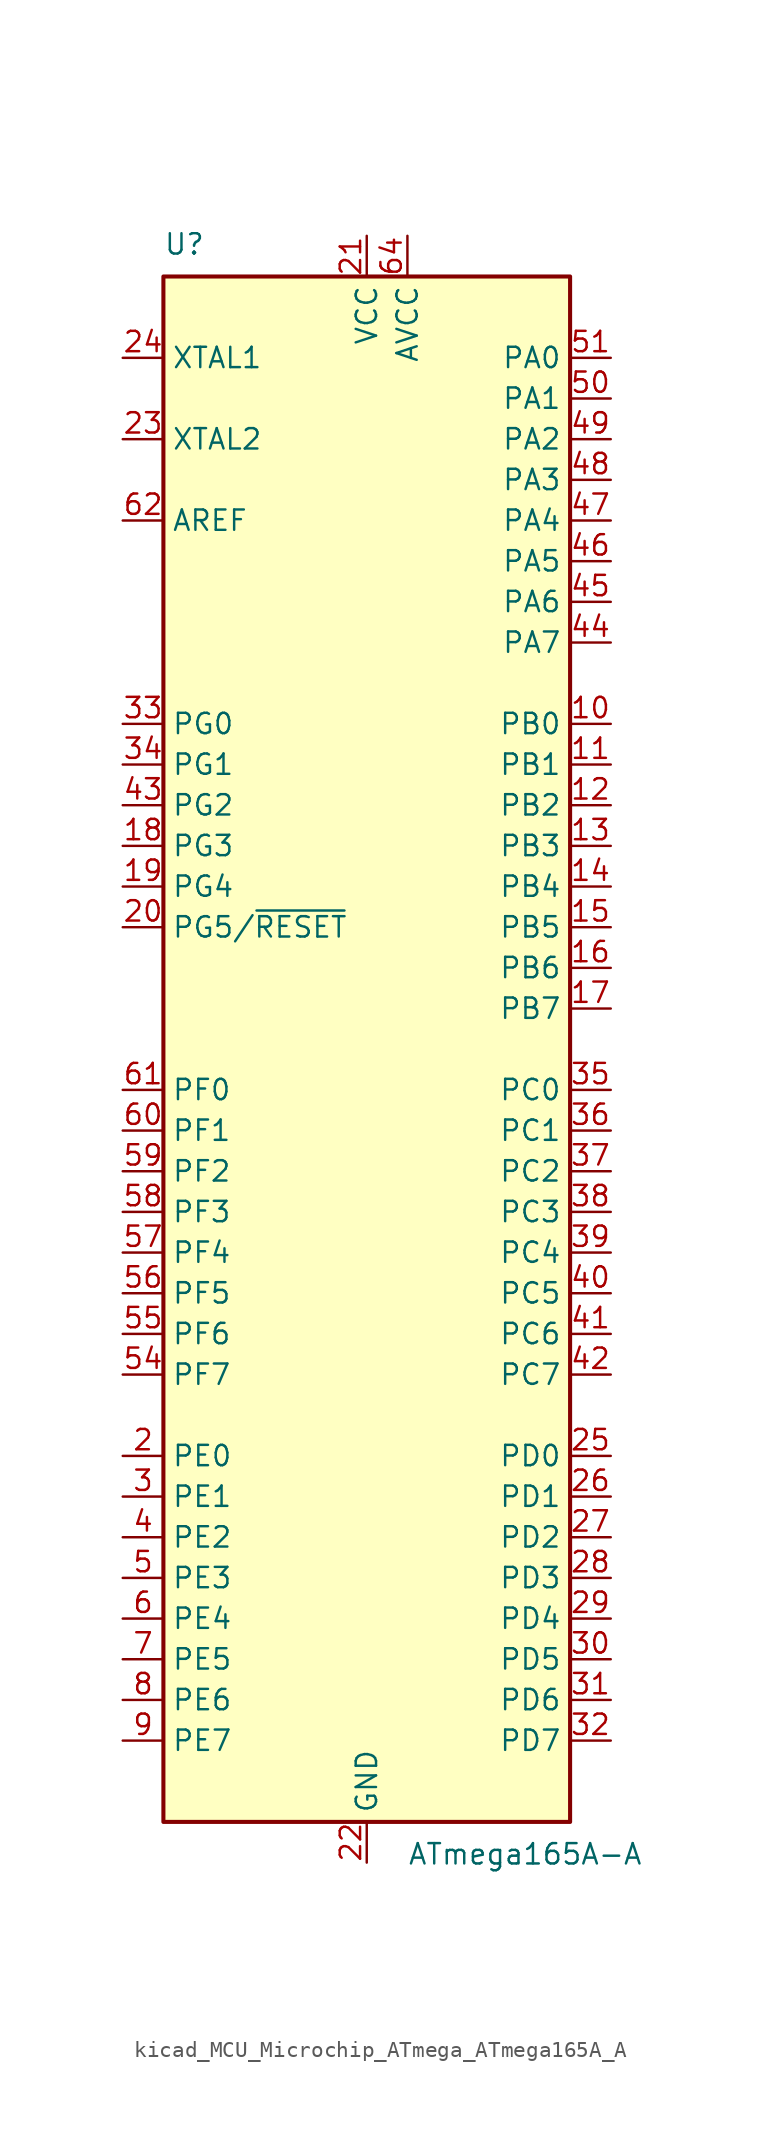
<source format=kicad_sym>
(kicad_symbol_lib
  (version 20220914)
  (generator kicad_symbol_editor)
  (symbol "kicad_MCU_Microchip_ATmega_ATmega165A_A"
    (property "Reference" "U"
      (at -12.7 49.53 0)
      (effects (font (size 1.27 1.27)) (justify left bottom)))
    (property "Value" "ATmega165A-A"
      (at 2.54 -49.53 0)
      (effects (font (size 1.27 1.27)) (justify left top)))
    (symbol "kicad_MCU_Microchip_ATmega_ATmega165A_A_0_1"
      (rectangle (start -12.7 -48.26) (end 12.7 48.26) (stroke (width 0.254) (type default)) (fill (type background))))
    (symbol "kicad_MCU_Microchip_ATmega_ATmega165A_A_1_1"
      (pin no_connect line (at -12.7 -45.72 0) (length 2.54) hide (name "NC" (effects (font (size 1.27 1.27)))) (number "1" (effects (font (size 1.27 1.27)))))
      (pin bidirectional line (at 15.24 20.32 180) (length 2.54) (name "PB0" (effects (font (size 1.27 1.27)))) (number "10" (effects (font (size 1.27 1.27)))))
      (pin bidirectional line (at 15.24 17.78 180) (length 2.54) (name "PB1" (effects (font (size 1.27 1.27)))) (number "11" (effects (font (size 1.27 1.27)))))
      (pin bidirectional line (at 15.24 15.24 180) (length 2.54) (name "PB2" (effects (font (size 1.27 1.27)))) (number "12" (effects (font (size 1.27 1.27)))))
      (pin bidirectional line (at 15.24 12.7 180) (length 2.54) (name "PB3" (effects (font (size 1.27 1.27)))) (number "13" (effects (font (size 1.27 1.27)))))
      (pin bidirectional line (at 15.24 10.16 180) (length 2.54) (name "PB4" (effects (font (size 1.27 1.27)))) (number "14" (effects (font (size 1.27 1.27)))))
      (pin bidirectional line (at 15.24 7.62 180) (length 2.54) (name "PB5" (effects (font (size 1.27 1.27)))) (number "15" (effects (font (size 1.27 1.27)))))
      (pin bidirectional line (at 15.24 5.08 180) (length 2.54) (name "PB6" (effects (font (size 1.27 1.27)))) (number "16" (effects (font (size 1.27 1.27)))))
      (pin bidirectional line (at 15.24 2.54 180) (length 2.54) (name "PB7" (effects (font (size 1.27 1.27)))) (number "17" (effects (font (size 1.27 1.27)))))
      (pin bidirectional line (at -15.24 12.7 0) (length 2.54) (name "PG3" (effects (font (size 1.27 1.27)))) (number "18" (effects (font (size 1.27 1.27)))))
      (pin bidirectional line (at -15.24 10.16 0) (length 2.54) (name "PG4" (effects (font (size 1.27 1.27)))) (number "19" (effects (font (size 1.27 1.27)))))
      (pin bidirectional line (at -15.24 -25.4 0) (length 2.54) (name "PE0" (effects (font (size 1.27 1.27)))) (number "2" (effects (font (size 1.27 1.27)))))
      (pin bidirectional line (at -15.24 7.62 0) (length 2.54) (name "PG5/~{RESET}" (effects (font (size 1.27 1.27)))) (number "20" (effects (font (size 1.27 1.27)))))
      (pin power_in line (at 0 50.8 270) (length 2.54) (name "VCC" (effects (font (size 1.27 1.27)))) (number "21" (effects (font (size 1.27 1.27)))))
      (pin power_in line (at 0 -50.8 90) (length 2.54) (name "GND" (effects (font (size 1.27 1.27)))) (number "22" (effects (font (size 1.27 1.27)))))
      (pin output line (at -15.24 38.1 0) (length 2.54) (name "XTAL2" (effects (font (size 1.27 1.27)))) (number "23" (effects (font (size 1.27 1.27)))))
      (pin input line (at -15.24 43.18 0) (length 2.54) (name "XTAL1" (effects (font (size 1.27 1.27)))) (number "24" (effects (font (size 1.27 1.27)))))
      (pin bidirectional line (at 15.24 -25.4 180) (length 2.54) (name "PD0" (effects (font (size 1.27 1.27)))) (number "25" (effects (font (size 1.27 1.27)))))
      (pin bidirectional line (at 15.24 -27.94 180) (length 2.54) (name "PD1" (effects (font (size 1.27 1.27)))) (number "26" (effects (font (size 1.27 1.27)))))
      (pin bidirectional line (at 15.24 -30.48 180) (length 2.54) (name "PD2" (effects (font (size 1.27 1.27)))) (number "27" (effects (font (size 1.27 1.27)))))
      (pin bidirectional line (at 15.24 -33.02 180) (length 2.54) (name "PD3" (effects (font (size 1.27 1.27)))) (number "28" (effects (font (size 1.27 1.27)))))
      (pin bidirectional line (at 15.24 -35.56 180) (length 2.54) (name "PD4" (effects (font (size 1.27 1.27)))) (number "29" (effects (font (size 1.27 1.27)))))
      (pin bidirectional line (at -15.24 -27.94 0) (length 2.54) (name "PE1" (effects (font (size 1.27 1.27)))) (number "3" (effects (font (size 1.27 1.27)))))
      (pin bidirectional line (at 15.24 -38.1 180) (length 2.54) (name "PD5" (effects (font (size 1.27 1.27)))) (number "30" (effects (font (size 1.27 1.27)))))
      (pin bidirectional line (at 15.24 -40.64 180) (length 2.54) (name "PD6" (effects (font (size 1.27 1.27)))) (number "31" (effects (font (size 1.27 1.27)))))
      (pin bidirectional line (at 15.24 -43.18 180) (length 2.54) (name "PD7" (effects (font (size 1.27 1.27)))) (number "32" (effects (font (size 1.27 1.27)))))
      (pin bidirectional line (at -15.24 20.32 0) (length 2.54) (name "PG0" (effects (font (size 1.27 1.27)))) (number "33" (effects (font (size 1.27 1.27)))))
      (pin bidirectional line (at -15.24 17.78 0) (length 2.54) (name "PG1" (effects (font (size 1.27 1.27)))) (number "34" (effects (font (size 1.27 1.27)))))
      (pin bidirectional line (at 15.24 -2.54 180) (length 2.54) (name "PC0" (effects (font (size 1.27 1.27)))) (number "35" (effects (font (size 1.27 1.27)))))
      (pin bidirectional line (at 15.24 -5.08 180) (length 2.54) (name "PC1" (effects (font (size 1.27 1.27)))) (number "36" (effects (font (size 1.27 1.27)))))
      (pin bidirectional line (at 15.24 -7.62 180) (length 2.54) (name "PC2" (effects (font (size 1.27 1.27)))) (number "37" (effects (font (size 1.27 1.27)))))
      (pin bidirectional line (at 15.24 -10.16 180) (length 2.54) (name "PC3" (effects (font (size 1.27 1.27)))) (number "38" (effects (font (size 1.27 1.27)))))
      (pin bidirectional line (at 15.24 -12.7 180) (length 2.54) (name "PC4" (effects (font (size 1.27 1.27)))) (number "39" (effects (font (size 1.27 1.27)))))
      (pin bidirectional line (at -15.24 -30.48 0) (length 2.54) (name "PE2" (effects (font (size 1.27 1.27)))) (number "4" (effects (font (size 1.27 1.27)))))
      (pin bidirectional line (at 15.24 -15.24 180) (length 2.54) (name "PC5" (effects (font (size 1.27 1.27)))) (number "40" (effects (font (size 1.27 1.27)))))
      (pin bidirectional line (at 15.24 -17.78 180) (length 2.54) (name "PC6" (effects (font (size 1.27 1.27)))) (number "41" (effects (font (size 1.27 1.27)))))
      (pin bidirectional line (at 15.24 -20.32 180) (length 2.54) (name "PC7" (effects (font (size 1.27 1.27)))) (number "42" (effects (font (size 1.27 1.27)))))
      (pin bidirectional line (at -15.24 15.24 0) (length 2.54) (name "PG2" (effects (font (size 1.27 1.27)))) (number "43" (effects (font (size 1.27 1.27)))))
      (pin bidirectional line (at 15.24 25.4 180) (length 2.54) (name "PA7" (effects (font (size 1.27 1.27)))) (number "44" (effects (font (size 1.27 1.27)))))
      (pin bidirectional line (at 15.24 27.94 180) (length 2.54) (name "PA6" (effects (font (size 1.27 1.27)))) (number "45" (effects (font (size 1.27 1.27)))))
      (pin bidirectional line (at 15.24 30.48 180) (length 2.54) (name "PA5" (effects (font (size 1.27 1.27)))) (number "46" (effects (font (size 1.27 1.27)))))
      (pin bidirectional line (at 15.24 33.02 180) (length 2.54) (name "PA4" (effects (font (size 1.27 1.27)))) (number "47" (effects (font (size 1.27 1.27)))))
      (pin bidirectional line (at 15.24 35.56 180) (length 2.54) (name "PA3" (effects (font (size 1.27 1.27)))) (number "48" (effects (font (size 1.27 1.27)))))
      (pin bidirectional line (at 15.24 38.1 180) (length 2.54) (name "PA2" (effects (font (size 1.27 1.27)))) (number "49" (effects (font (size 1.27 1.27)))))
      (pin bidirectional line (at -15.24 -33.02 0) (length 2.54) (name "PE3" (effects (font (size 1.27 1.27)))) (number "5" (effects (font (size 1.27 1.27)))))
      (pin bidirectional line (at 15.24 40.64 180) (length 2.54) (name "PA1" (effects (font (size 1.27 1.27)))) (number "50" (effects (font (size 1.27 1.27)))))
      (pin bidirectional line (at 15.24 43.18 180) (length 2.54) (name "PA0" (effects (font (size 1.27 1.27)))) (number "51" (effects (font (size 1.27 1.27)))))
      (pin passive line (at 0 50.8 270) (length 2.54) hide (name "VCC" (effects (font (size 1.27 1.27)))) (number "52" (effects (font (size 1.27 1.27)))))
      (pin passive line (at 0 -50.8 90) (length 2.54) hide (name "GND" (effects (font (size 1.27 1.27)))) (number "53" (effects (font (size 1.27 1.27)))))
      (pin bidirectional line (at -15.24 -20.32 0) (length 2.54) (name "PF7" (effects (font (size 1.27 1.27)))) (number "54" (effects (font (size 1.27 1.27)))))
      (pin bidirectional line (at -15.24 -17.78 0) (length 2.54) (name "PF6" (effects (font (size 1.27 1.27)))) (number "55" (effects (font (size 1.27 1.27)))))
      (pin bidirectional line (at -15.24 -15.24 0) (length 2.54) (name "PF5" (effects (font (size 1.27 1.27)))) (number "56" (effects (font (size 1.27 1.27)))))
      (pin bidirectional line (at -15.24 -12.7 0) (length 2.54) (name "PF4" (effects (font (size 1.27 1.27)))) (number "57" (effects (font (size 1.27 1.27)))))
      (pin bidirectional line (at -15.24 -10.16 0) (length 2.54) (name "PF3" (effects (font (size 1.27 1.27)))) (number "58" (effects (font (size 1.27 1.27)))))
      (pin bidirectional line (at -15.24 -7.62 0) (length 2.54) (name "PF2" (effects (font (size 1.27 1.27)))) (number "59" (effects (font (size 1.27 1.27)))))
      (pin bidirectional line (at -15.24 -35.56 0) (length 2.54) (name "PE4" (effects (font (size 1.27 1.27)))) (number "6" (effects (font (size 1.27 1.27)))))
      (pin bidirectional line (at -15.24 -5.08 0) (length 2.54) (name "PF1" (effects (font (size 1.27 1.27)))) (number "60" (effects (font (size 1.27 1.27)))))
      (pin bidirectional line (at -15.24 -2.54 0) (length 2.54) (name "PF0" (effects (font (size 1.27 1.27)))) (number "61" (effects (font (size 1.27 1.27)))))
      (pin passive line (at -15.24 33.02 0) (length 2.54) (name "AREF" (effects (font (size 1.27 1.27)))) (number "62" (effects (font (size 1.27 1.27)))))
      (pin passive line (at 0 -50.8 90) (length 2.54) hide (name "GND" (effects (font (size 1.27 1.27)))) (number "63" (effects (font (size 1.27 1.27)))))
      (pin power_in line (at 2.54 50.8 270) (length 2.54) (name "AVCC" (effects (font (size 1.27 1.27)))) (number "64" (effects (font (size 1.27 1.27)))))
      (pin bidirectional line (at -15.24 -38.1 0) (length 2.54) (name "PE5" (effects (font (size 1.27 1.27)))) (number "7" (effects (font (size 1.27 1.27)))))
      (pin bidirectional line (at -15.24 -40.64 0) (length 2.54) (name "PE6" (effects (font (size 1.27 1.27)))) (number "8" (effects (font (size 1.27 1.27)))))
      (pin bidirectional line (at -15.24 -43.18 0) (length 2.54) (name "PE7" (effects (font (size 1.27 1.27)))) (number "9" (effects (font (size 1.27 1.27))))))))
</source>
